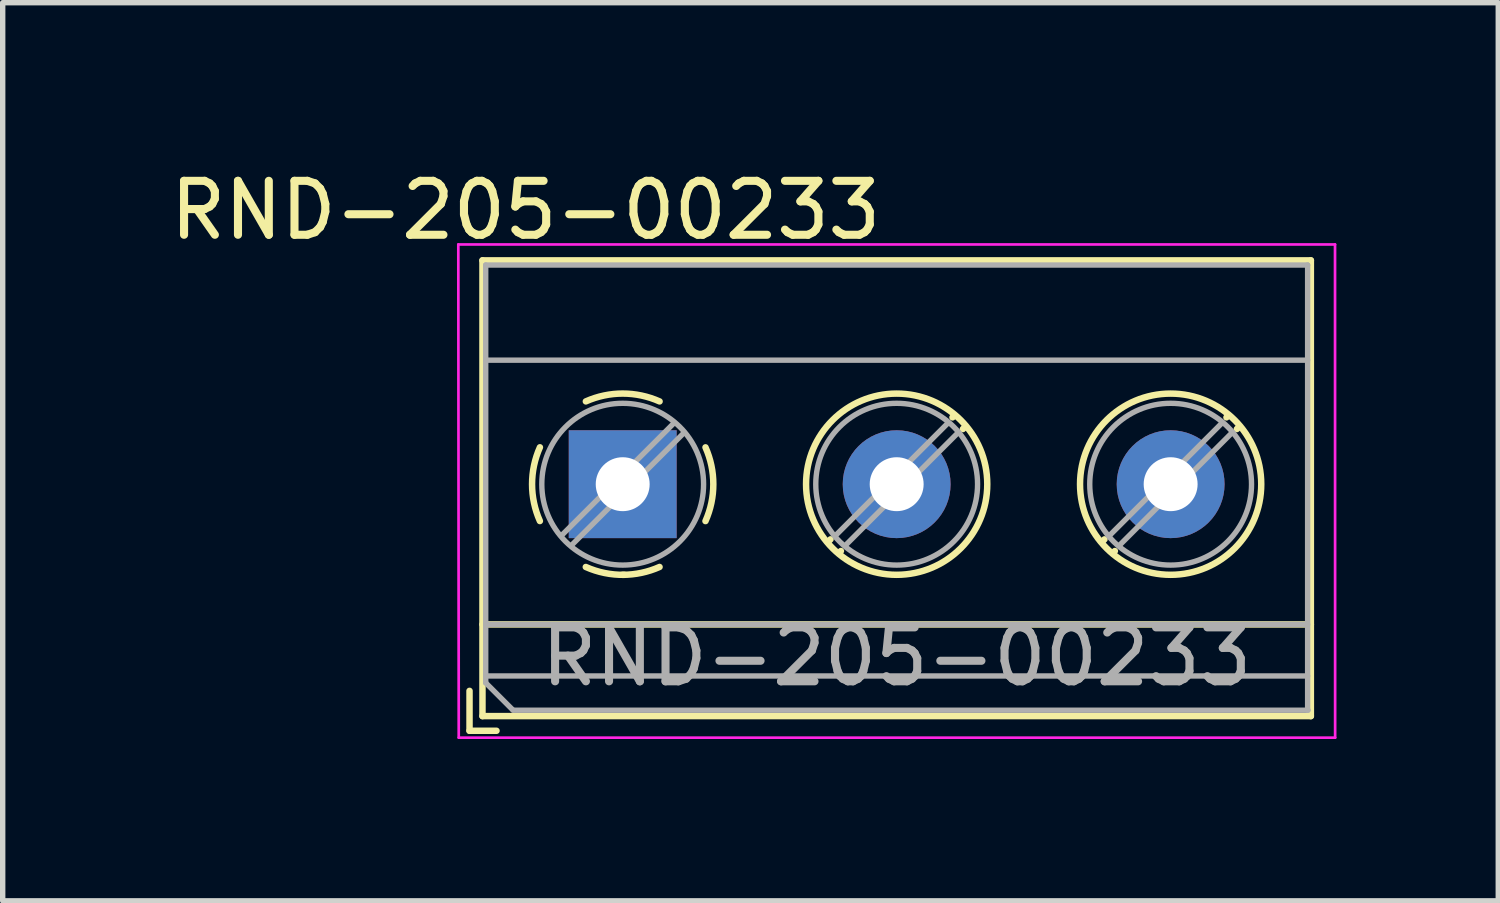
<source format=kicad_pcb>
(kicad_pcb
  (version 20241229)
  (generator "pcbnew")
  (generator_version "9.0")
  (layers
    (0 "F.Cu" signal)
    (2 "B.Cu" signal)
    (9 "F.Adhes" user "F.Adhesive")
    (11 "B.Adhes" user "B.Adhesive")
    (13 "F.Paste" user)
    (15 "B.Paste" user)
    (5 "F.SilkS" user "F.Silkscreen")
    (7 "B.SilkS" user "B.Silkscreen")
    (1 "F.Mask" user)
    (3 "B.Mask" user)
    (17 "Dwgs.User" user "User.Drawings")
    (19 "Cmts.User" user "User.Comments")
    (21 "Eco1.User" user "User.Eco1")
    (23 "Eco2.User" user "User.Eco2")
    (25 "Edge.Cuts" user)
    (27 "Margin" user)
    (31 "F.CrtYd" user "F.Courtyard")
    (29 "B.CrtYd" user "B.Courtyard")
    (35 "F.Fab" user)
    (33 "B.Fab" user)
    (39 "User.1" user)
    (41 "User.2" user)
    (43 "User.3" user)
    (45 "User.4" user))
  (footprint "RND-205-00233"
    (layer "F.Cu")
    (at 8.496 5.928)
    (property "Reference" "RND-205-00233" (at -1.8 -5.08 0) (layer "F.SilkS") (effects (font (size 1 1) (thickness 0.15))))
    (attr through_hole)
    (fp_line (start -2.84 3.832) (end -2.84 4.572) (stroke (width 0.12) (type solid)) (layer "F.SilkS"))
    (fp_line (start -2.84 4.572) (end -2.34 4.572) (stroke (width 0.12) (type solid)) (layer "F.SilkS"))
    (fp_line (start -2.6 -4.15) (end -2.6 4.3) (stroke (width 0.12) (type solid)) (layer "F.SilkS"))
    (fp_line (start -2.6 -4.15) (end 12.76 -4.15) (stroke (width 0.12) (type solid)) (layer "F.SilkS"))
    (fp_line (start -2.6 2.6) (end 12.76 2.6) (stroke (width 0.12) (type solid)) (layer "F.SilkS"))
    (fp_line (start -2.6 4.3) (end 12.76 4.3) (stroke (width 0.12) (type solid)) (layer "F.SilkS"))
    (fp_line (start 3.853 1.023) (end 3.806 1.069) (stroke (width 0.12) (type solid)) (layer "F.SilkS"))
    (fp_line (start 4.046 1.239) (end 4.011 1.274) (stroke (width 0.12) (type solid)) (layer "F.SilkS"))
    (fp_line (start 6.15 -1.275) (end 6.115 -1.239) (stroke (width 0.12) (type solid)) (layer "F.SilkS"))
    (fp_line (start 6.355 -1.069) (end 6.308 -1.023) (stroke (width 0.12) (type solid)) (layer "F.SilkS"))
    (fp_line (start 8.933 1.023) (end 8.886 1.069) (stroke (width 0.12) (type solid)) (layer "F.SilkS"))
    (fp_line (start 9.126 1.239) (end 9.091 1.274) (stroke (width 0.12) (type solid)) (layer "F.SilkS"))
    (fp_line (start 11.23 -1.275) (end 11.195 -1.239) (stroke (width 0.12) (type solid)) (layer "F.SilkS"))
    (fp_line (start 11.435 -1.069) (end 11.388 -1.023) (stroke (width 0.12) (type solid)) (layer "F.SilkS"))
    (fp_line (start 12.76 -4.15) (end 12.76 4.3) (stroke (width 0.12) (type solid)) (layer "F.SilkS"))
    (fp_arc (start -1.535427 0.683042) (mid -1.680501 -0.000524) (end -1.535 -0.684) (stroke (width 0.12) (type solid)) (layer "F.SilkS"))
    (fp_arc (start -0.683042 -1.535427) (mid 0.000524 -1.680501) (end 0.684 -1.535) (stroke (width 0.12) (type solid)) (layer "F.SilkS"))
    (fp_arc (start 0.028805 1.680253) (mid -0.335551 1.646659) (end -0.684 1.535) (stroke (width 0.12) (type solid)) (layer "F.SilkS"))
    (fp_arc (start 0.683318 1.534756) (mid 0.349292 1.643288) (end 0 1.68) (stroke (width 0.12) (type solid)) (layer "F.SilkS"))
    (fp_arc (start 1.535427 -0.683042) (mid 1.680501 0.000524) (end 1.535 0.684) (stroke (width 0.12) (type solid)) (layer "F.SilkS"))
    (fp_circle (center 5.08 0) (end 6.76 0) (stroke (width 0.12) (type solid)) (fill no) (layer "F.SilkS"))
    (fp_circle (center 10.16 0) (end 11.84 0) (stroke (width 0.12) (type solid)) (fill no) (layer "F.SilkS"))
    (fp_line (start -3.048 -4.445) (end -3.04 4.699) (stroke (width 0.05) (type solid)) (layer "F.CrtYd"))
    (fp_line (start -3.04 4.7) (end 13.21 4.7) (stroke (width 0.05) (type solid)) (layer "F.CrtYd"))
    (fp_line (start 13.208 -4.445) (end -3.048 -4.445) (stroke (width 0.05) (type solid)) (layer "F.CrtYd"))
    (fp_line (start 13.21 4.7) (end 13.208 -4.445) (stroke (width 0.05) (type solid)) (layer "F.CrtYd"))
    (fp_line (start -2.54 -4.064) (end 12.7 -4.064) (stroke (width 0.1) (type solid)) (layer "F.Fab"))
    (fp_line (start -2.54 -2.3) (end 12.7 -2.3) (stroke (width 0.1) (type solid)) (layer "F.Fab"))
    (fp_line (start -2.54 2.6) (end 12.7 2.6) (stroke (width 0.1) (type solid)) (layer "F.Fab"))
    (fp_line (start -2.54 3.556) (end 12.7 3.556) (stroke (width 0.1) (type solid)) (layer "F.Fab"))
    (fp_line (start -2.54 3.683) (end -2.54 -4.064) (stroke (width 0.1) (type solid)) (layer "F.Fab"))
    (fp_line (start -2.04 4.183) (end -2.54 3.683) (stroke (width 0.1) (type solid)) (layer "F.Fab"))
    (fp_line (start 0.955 -1.138) (end -1.138 0.955) (stroke (width 0.1) (type solid)) (layer "F.Fab"))
    (fp_line (start 1.138 -0.955) (end -0.955 1.138) (stroke (width 0.1) (type solid)) (layer "F.Fab"))
    (fp_line (start 6.035 -1.138) (end 3.943 0.955) (stroke (width 0.1) (type solid)) (layer "F.Fab"))
    (fp_line (start 6.218 -0.955) (end 4.126 1.138) (stroke (width 0.1) (type solid)) (layer "F.Fab"))
    (fp_line (start 11.115 -1.138) (end 9.023 0.955) (stroke (width 0.1) (type solid)) (layer "F.Fab"))
    (fp_line (start 11.298 -0.955) (end 9.206 1.138) (stroke (width 0.1) (type solid)) (layer "F.Fab"))
    (fp_line (start 12.7 -4.064) (end 12.7 4.191) (stroke (width 0.1) (type solid)) (layer "F.Fab"))
    (fp_line (start 12.708 4.191) (end -2.032 4.191) (stroke (width 0.1) (type solid)) (layer "F.Fab"))
    (fp_circle (center 0 0) (end 1.5 0) (stroke (width 0.1) (type solid)) (fill no) (layer "F.Fab"))
    (fp_circle (center 5.08 0) (end 6.58 0) (stroke (width 0.1) (type solid)) (fill no) (layer "F.Fab"))
    (fp_circle (center 10.16 0) (end 11.66 0) (stroke (width 0.1) (type solid)) (fill no) (layer "F.Fab"))
    (fp_text user "${REFERENCE}" (at 5.08 3.2 0) (layer "F.Fab") (effects (font (size 1 1) (thickness 0.15))))
    (pad "1" thru_hole rect (at 0 0) (size 2 2) (drill 1) (layers "*.Cu" "*.Mask"))
    (pad "2" thru_hole circle (at 5.08 0) (size 2 2) (drill 1) (layers "*.Cu" "*.Mask"))
    (pad "3" thru_hole circle (at 10.16 0) (size 2 2) (drill 1) (layers "*.Cu" "*.Mask")))
  (gr_rect
    (start -3 -3)
    (end 24.731 13.653)
    (stroke (width 0.1) (type default))
    (fill no)
    (layer "Edge.Cuts")))
</source>
